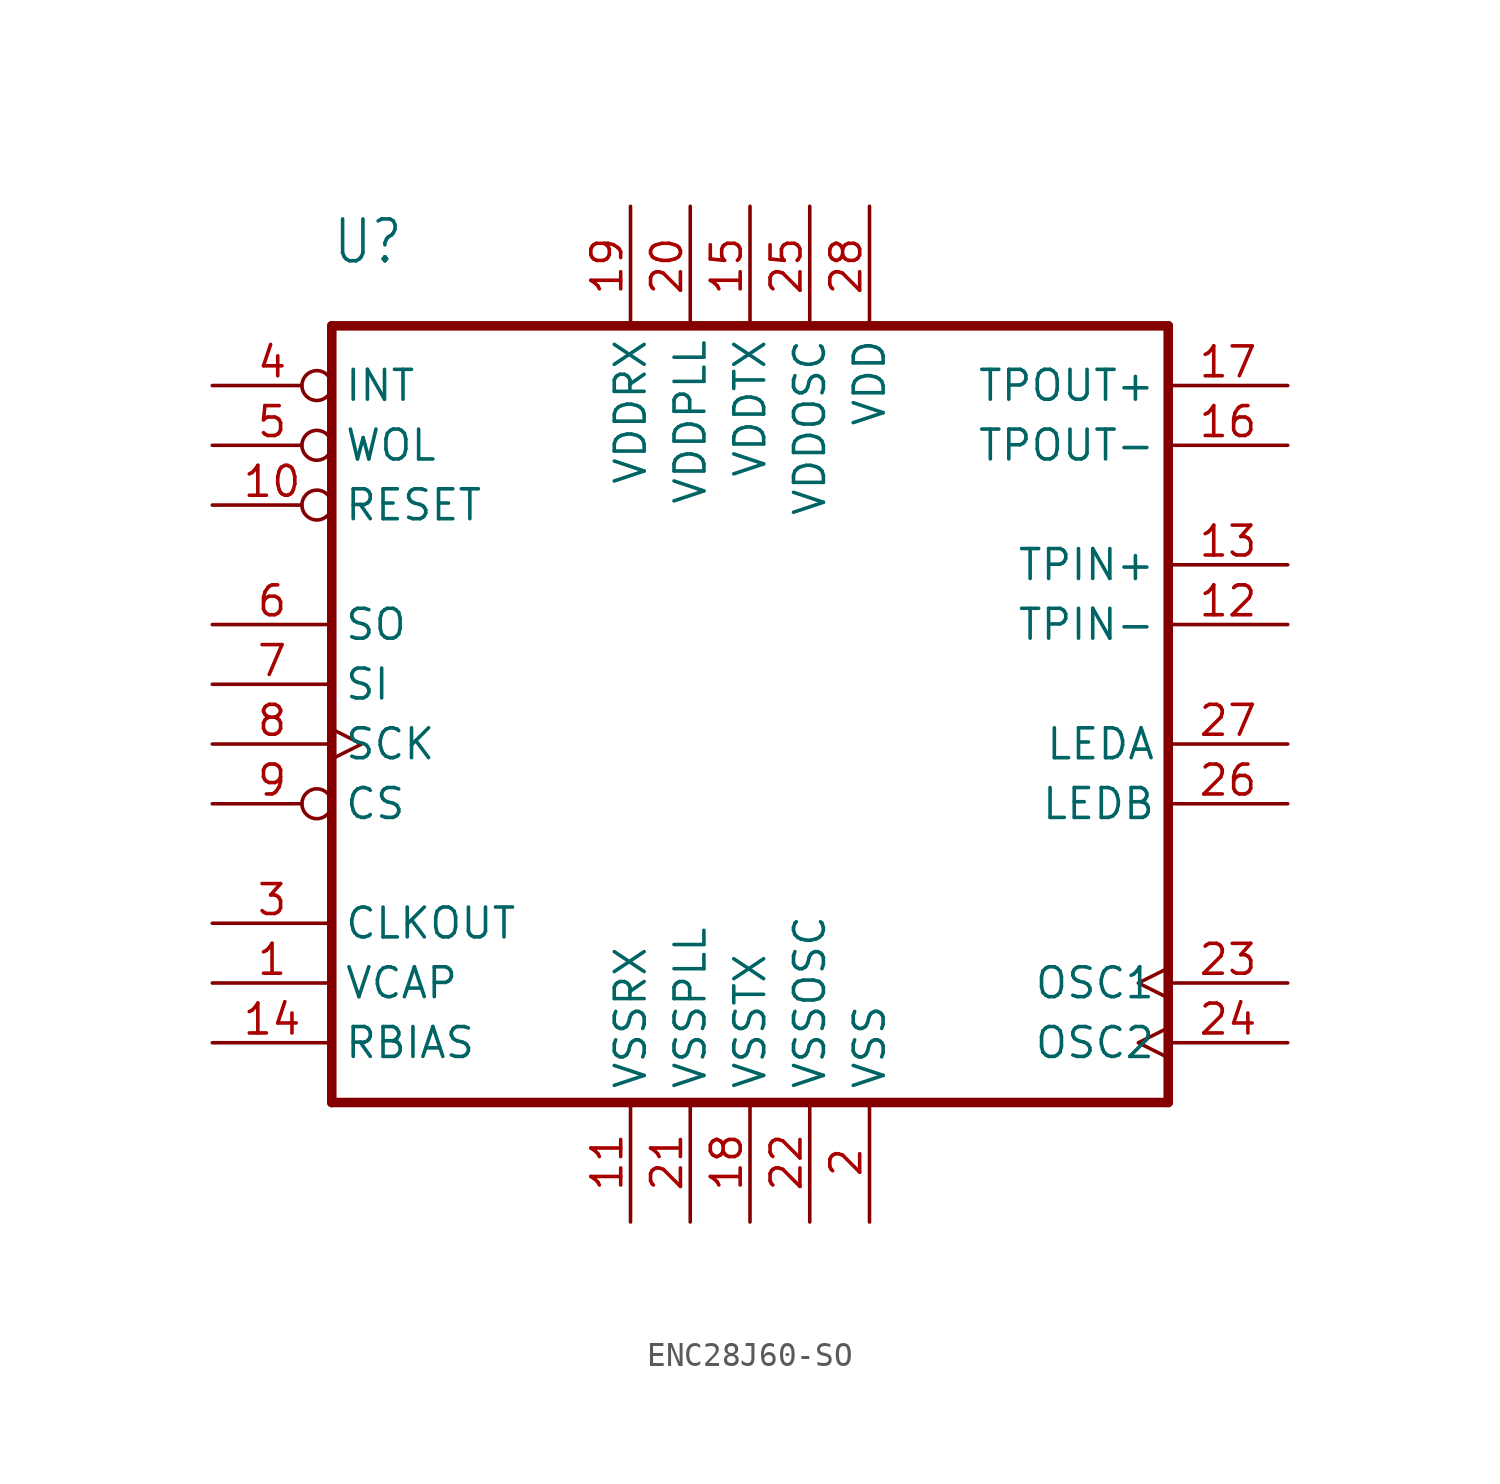
<source format=kicad_sym>
(kicad_symbol_lib
  (version 20231120)
  (generator "kicad_symbol_editor")
  (generator_version "8.0")
  (symbol "ENC28J60-SO"
    (property "Reference" "U"
      (at -20.32 22.86 0)
      (effects (font (size 1.778 1.511)) (justify left bottom)))
    (property "Value" ""
      (at 5.08 -15.24 0)
      (effects (font (size 1.778 1.511)) (justify left bottom)))
    (property "ki_locked" ""
      (at 0 0 0)
      (effects (font (size 1.27 1.27))))
    (symbol "ENC28J60-SO_1_0"
      (polyline (pts (xy -20.32 -12.7) (xy 15.24 -12.7)) (stroke (width 0.406) (type solid)) (fill (type none)))
      (polyline (pts (xy -20.32 20.32) (xy -20.32 -12.7)) (stroke (width 0.406) (type solid)) (fill (type none)))
      (polyline (pts (xy 15.24 -12.7) (xy 15.24 20.32)) (stroke (width 0.406) (type solid)) (fill (type none)))
      (polyline (pts (xy 15.24 20.32) (xy -20.32 20.32)) (stroke (width 0.406) (type solid)) (fill (type none)))
      (pin power_in line (at -25.4 -7.62 0) (length 5.08) (name "VCAP" (effects (font (size 1.27 1.27)))) (number "1" (effects (font (size 1.27 1.27)))))
      (pin input inverted (at -25.4 12.7 0) (length 5.08) (name "RESET" (effects (font (size 1.27 1.27)))) (number "10" (effects (font (size 1.27 1.27)))))
      (pin power_in line (at -7.62 -17.78 90) (length 5.08) (name "VSSRX" (effects (font (size 1.27 1.27)))) (number "11" (effects (font (size 1.27 1.27)))))
      (pin input line (at 20.32 7.62 180) (length 5.08) (name "TPIN-" (effects (font (size 1.27 1.27)))) (number "12" (effects (font (size 1.27 1.27)))))
      (pin input line (at 20.32 10.16 180) (length 5.08) (name "TPIN+" (effects (font (size 1.27 1.27)))) (number "13" (effects (font (size 1.27 1.27)))))
      (pin passive line (at -25.4 -10.16 0) (length 5.08) (name "RBIAS" (effects (font (size 1.27 1.27)))) (number "14" (effects (font (size 1.27 1.27)))))
      (pin power_in line (at -2.54 25.4 270) (length 5.08) (name "VDDTX" (effects (font (size 1.27 1.27)))) (number "15" (effects (font (size 1.27 1.27)))))
      (pin output line (at 20.32 15.24 180) (length 5.08) (name "TPOUT-" (effects (font (size 1.27 1.27)))) (number "16" (effects (font (size 1.27 1.27)))))
      (pin output line (at 20.32 17.78 180) (length 5.08) (name "TPOUT+" (effects (font (size 1.27 1.27)))) (number "17" (effects (font (size 1.27 1.27)))))
      (pin power_in line (at -2.54 -17.78 90) (length 5.08) (name "VSSTX" (effects (font (size 1.27 1.27)))) (number "18" (effects (font (size 1.27 1.27)))))
      (pin power_in line (at -7.62 25.4 270) (length 5.08) (name "VDDRX" (effects (font (size 1.27 1.27)))) (number "19" (effects (font (size 1.27 1.27)))))
      (pin power_in line (at 2.54 -17.78 90) (length 5.08) (name "VSS" (effects (font (size 1.27 1.27)))) (number "2" (effects (font (size 1.27 1.27)))))
      (pin power_in line (at -5.08 25.4 270) (length 5.08) (name "VDDPLL" (effects (font (size 1.27 1.27)))) (number "20" (effects (font (size 1.27 1.27)))))
      (pin power_in line (at -5.08 -17.78 90) (length 5.08) (name "VSSPLL" (effects (font (size 1.27 1.27)))) (number "21" (effects (font (size 1.27 1.27)))))
      (pin power_in line (at 0 -17.78 90) (length 5.08) (name "VSSOSC" (effects (font (size 1.27 1.27)))) (number "22" (effects (font (size 1.27 1.27)))))
      (pin input clock (at 20.32 -7.62 180) (length 5.08) (name "OSC1" (effects (font (size 1.27 1.27)))) (number "23" (effects (font (size 1.27 1.27)))))
      (pin output clock (at 20.32 -10.16 180) (length 5.08) (name "OSC2" (effects (font (size 1.27 1.27)))) (number "24" (effects (font (size 1.27 1.27)))))
      (pin power_in line (at 0 25.4 270) (length 5.08) (name "VDDOSC" (effects (font (size 1.27 1.27)))) (number "25" (effects (font (size 1.27 1.27)))))
      (pin output line (at 20.32 0 180) (length 5.08) (name "LEDB" (effects (font (size 1.27 1.27)))) (number "26" (effects (font (size 1.27 1.27)))))
      (pin output line (at 20.32 2.54 180) (length 5.08) (name "LEDA" (effects (font (size 1.27 1.27)))) (number "27" (effects (font (size 1.27 1.27)))))
      (pin power_in line (at 2.54 25.4 270) (length 5.08) (name "VDD" (effects (font (size 1.27 1.27)))) (number "28" (effects (font (size 1.27 1.27)))))
      (pin output line (at -25.4 -5.08 0) (length 5.08) (name "CLKOUT" (effects (font (size 1.27 1.27)))) (number "3" (effects (font (size 1.27 1.27)))))
      (pin output inverted (at -25.4 17.78 0) (length 5.08) (name "INT" (effects (font (size 1.27 1.27)))) (number "4" (effects (font (size 1.27 1.27)))))
      (pin output inverted (at -25.4 15.24 0) (length 5.08) (name "WOL" (effects (font (size 1.27 1.27)))) (number "5" (effects (font (size 1.27 1.27)))))
      (pin output line (at -25.4 7.62 0) (length 5.08) (name "SO" (effects (font (size 1.27 1.27)))) (number "6" (effects (font (size 1.27 1.27)))))
      (pin input line (at -25.4 5.08 0) (length 5.08) (name "SI" (effects (font (size 1.27 1.27)))) (number "7" (effects (font (size 1.27 1.27)))))
      (pin input clock (at -25.4 2.54 0) (length 5.08) (name "SCK" (effects (font (size 1.27 1.27)))) (number "8" (effects (font (size 1.27 1.27)))))
      (pin input inverted (at -25.4 0 0) (length 5.08) (name "CS" (effects (font (size 1.27 1.27)))) (number "9" (effects (font (size 1.27 1.27))))))))
</source>
